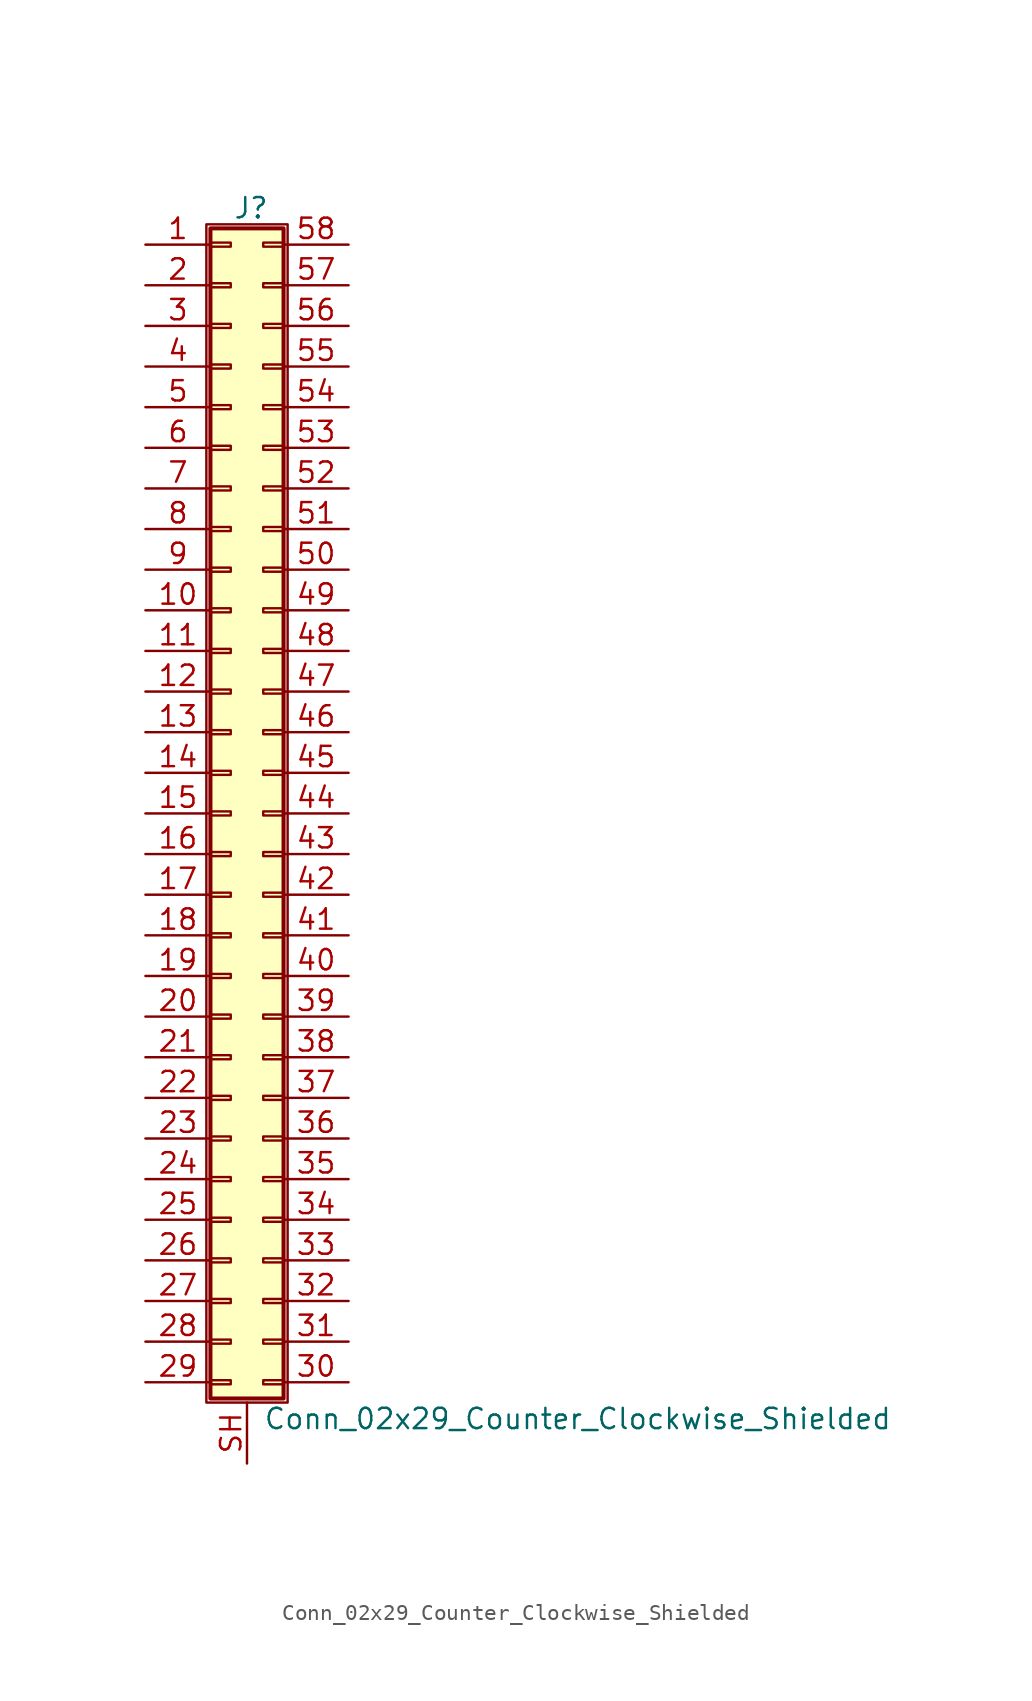
<source format=kicad_sym>
(kicad_symbol_lib
  (version 20201005)
  (generator kicad_symbol_editor)
  (symbol "Conn_02x29_Counter_Clockwise_Shielded"
    (pin_names
      (offset 1.016) hide)
    (property "Reference" "J"
      (at 1.524 37.846 0)
      (effects (font (size 1.27 1.27))))
    (property "Value" "Conn_02x29_Counter_Clockwise_Shielded"
      (at 2.286 -37.846 0)
      (effects (font (size 1.27 1.27)) (justify left)))
    (symbol "Conn_02x29_Counter_Clockwise_Shielded_1_1"
      (rectangle (start -1.27 36.83) (end 3.81 -36.83) (stroke (width 0.152)) (fill (type none)))
      (rectangle (start -1.016 -35.433) (end 0.254 -35.687) (stroke (width 0.152)) (fill (type none)))
      (rectangle (start -1.016 -32.893) (end 0.254 -33.147) (stroke (width 0.152)) (fill (type none)))
      (rectangle (start -1.016 -30.353) (end 0.254 -30.607) (stroke (width 0.152)) (fill (type none)))
      (rectangle (start -1.016 -27.813) (end 0.254 -28.067) (stroke (width 0.152)) (fill (type none)))
      (rectangle (start -1.016 -25.273) (end 0.254 -25.527) (stroke (width 0.152)) (fill (type none)))
      (rectangle (start -1.016 -22.733) (end 0.254 -22.987) (stroke (width 0.152)) (fill (type none)))
      (rectangle (start -1.016 -20.193) (end 0.254 -20.447) (stroke (width 0.152)) (fill (type none)))
      (rectangle (start -1.016 -17.653) (end 0.254 -17.907) (stroke (width 0.152)) (fill (type none)))
      (rectangle (start -1.016 -15.113) (end 0.254 -15.367) (stroke (width 0.152)) (fill (type none)))
      (rectangle (start -1.016 -12.573) (end 0.254 -12.827) (stroke (width 0.152)) (fill (type none)))
      (rectangle (start -1.016 -10.033) (end 0.254 -10.287) (stroke (width 0.152)) (fill (type none)))
      (rectangle (start -1.016 -7.493) (end 0.254 -7.747) (stroke (width 0.152)) (fill (type none)))
      (rectangle (start -1.016 -4.953) (end 0.254 -5.207) (stroke (width 0.152)) (fill (type none)))
      (rectangle (start -1.016 -2.413) (end 0.254 -2.667) (stroke (width 0.152)) (fill (type none)))
      (rectangle (start -1.016 0.127) (end 0.254 -0.127) (stroke (width 0.152)) (fill (type none)))
      (rectangle (start -1.016 2.667) (end 0.254 2.413) (stroke (width 0.152)) (fill (type none)))
      (rectangle (start -1.016 5.207) (end 0.254 4.953) (stroke (width 0.152)) (fill (type none)))
      (rectangle (start -1.016 7.747) (end 0.254 7.493) (stroke (width 0.152)) (fill (type none)))
      (rectangle (start -1.016 10.287) (end 0.254 10.033) (stroke (width 0.152)) (fill (type none)))
      (rectangle (start -1.016 12.827) (end 0.254 12.573) (stroke (width 0.152)) (fill (type none)))
      (rectangle (start -1.016 15.367) (end 0.254 15.113) (stroke (width 0.152)) (fill (type none)))
      (rectangle (start -1.016 17.907) (end 0.254 17.653) (stroke (width 0.152)) (fill (type none)))
      (rectangle (start -1.016 20.447) (end 0.254 20.193) (stroke (width 0.152)) (fill (type none)))
      (rectangle (start -1.016 22.987) (end 0.254 22.733) (stroke (width 0.152)) (fill (type none)))
      (rectangle (start -1.016 25.527) (end 0.254 25.273) (stroke (width 0.152)) (fill (type none)))
      (rectangle (start -1.016 28.067) (end 0.254 27.813) (stroke (width 0.152)) (fill (type none)))
      (rectangle (start -1.016 30.607) (end 0.254 30.353) (stroke (width 0.152)) (fill (type none)))
      (rectangle (start -1.016 33.147) (end 0.254 32.893) (stroke (width 0.152)) (fill (type none)))
      (rectangle (start -1.016 35.687) (end 0.254 35.433) (stroke (width 0.152)) (fill (type none)))
      (rectangle (start 3.556 -35.433) (end 2.286 -35.687) (stroke (width 0.152)) (fill (type none)))
      (rectangle (start 3.556 -32.893) (end 2.286 -33.147) (stroke (width 0.152)) (fill (type none)))
      (rectangle (start 3.556 -30.353) (end 2.286 -30.607) (stroke (width 0.152)) (fill (type none)))
      (rectangle (start 3.556 -27.813) (end 2.286 -28.067) (stroke (width 0.152)) (fill (type none)))
      (rectangle (start 3.556 -25.273) (end 2.286 -25.527) (stroke (width 0.152)) (fill (type none)))
      (rectangle (start 3.556 -22.733) (end 2.286 -22.987) (stroke (width 0.152)) (fill (type none)))
      (rectangle (start 3.556 -20.193) (end 2.286 -20.447) (stroke (width 0.152)) (fill (type none)))
      (rectangle (start 3.556 -17.653) (end 2.286 -17.907) (stroke (width 0.152)) (fill (type none)))
      (rectangle (start 3.556 -15.113) (end 2.286 -15.367) (stroke (width 0.152)) (fill (type none)))
      (rectangle (start 3.556 -12.573) (end 2.286 -12.827) (stroke (width 0.152)) (fill (type none)))
      (rectangle (start 3.556 -10.033) (end 2.286 -10.287) (stroke (width 0.152)) (fill (type none)))
      (rectangle (start 3.556 -7.493) (end 2.286 -7.747) (stroke (width 0.152)) (fill (type none)))
      (rectangle (start 3.556 -4.953) (end 2.286 -5.207) (stroke (width 0.152)) (fill (type none)))
      (rectangle (start 3.556 -2.413) (end 2.286 -2.667) (stroke (width 0.152)) (fill (type none)))
      (rectangle (start 3.556 0.127) (end 2.286 -0.127) (stroke (width 0.152)) (fill (type none)))
      (rectangle (start 3.556 2.667) (end 2.286 2.413) (stroke (width 0.152)) (fill (type none)))
      (rectangle (start 3.556 5.207) (end 2.286 4.953) (stroke (width 0.152)) (fill (type none)))
      (rectangle (start 3.556 7.747) (end 2.286 7.493) (stroke (width 0.152)) (fill (type none)))
      (rectangle (start 3.556 10.287) (end 2.286 10.033) (stroke (width 0.152)) (fill (type none)))
      (rectangle (start 3.556 12.827) (end 2.286 12.573) (stroke (width 0.152)) (fill (type none)))
      (rectangle (start 3.556 15.367) (end 2.286 15.113) (stroke (width 0.152)) (fill (type none)))
      (rectangle (start 3.556 17.907) (end 2.286 17.653) (stroke (width 0.152)) (fill (type none)))
      (rectangle (start 3.556 20.447) (end 2.286 20.193) (stroke (width 0.152)) (fill (type none)))
      (rectangle (start 3.556 22.987) (end 2.286 22.733) (stroke (width 0.152)) (fill (type none)))
      (rectangle (start 3.556 25.527) (end 2.286 25.273) (stroke (width 0.152)) (fill (type none)))
      (rectangle (start 3.556 28.067) (end 2.286 27.813) (stroke (width 0.152)) (fill (type none)))
      (rectangle (start 3.556 30.607) (end 2.286 30.353) (stroke (width 0.152)) (fill (type none)))
      (rectangle (start 3.556 33.147) (end 2.286 32.893) (stroke (width 0.152)) (fill (type none)))
      (rectangle (start 3.556 35.687) (end 2.286 35.433) (stroke (width 0.152)) (fill (type none)))
      (rectangle (start -1.016 36.576) (end 3.556 -36.576) (stroke (width 0.254)) (fill (type background)))
      (pin passive line (at -5.08 35.56 0) (length 4.064) (name "Pin_1" (effects (font (size 1.27 1.27)))) (number "1" (effects (font (size 1.27 1.27)))))
      (pin passive line (at -5.08 12.7 0) (length 4.064) (name "Pin_10" (effects (font (size 1.27 1.27)))) (number "10" (effects (font (size 1.27 1.27)))))
      (pin passive line (at -5.08 10.16 0) (length 4.064) (name "Pin_11" (effects (font (size 1.27 1.27)))) (number "11" (effects (font (size 1.27 1.27)))))
      (pin passive line (at -5.08 7.62 0) (length 4.064) (name "Pin_12" (effects (font (size 1.27 1.27)))) (number "12" (effects (font (size 1.27 1.27)))))
      (pin passive line (at -5.08 5.08 0) (length 4.064) (name "Pin_13" (effects (font (size 1.27 1.27)))) (number "13" (effects (font (size 1.27 1.27)))))
      (pin passive line (at -5.08 2.54 0) (length 4.064) (name "Pin_14" (effects (font (size 1.27 1.27)))) (number "14" (effects (font (size 1.27 1.27)))))
      (pin passive line (at -5.08 0 0) (length 4.064) (name "Pin_15" (effects (font (size 1.27 1.27)))) (number "15" (effects (font (size 1.27 1.27)))))
      (pin passive line (at -5.08 -2.54 0) (length 4.064) (name "Pin_16" (effects (font (size 1.27 1.27)))) (number "16" (effects (font (size 1.27 1.27)))))
      (pin passive line (at -5.08 -5.08 0) (length 4.064) (name "Pin_17" (effects (font (size 1.27 1.27)))) (number "17" (effects (font (size 1.27 1.27)))))
      (pin passive line (at -5.08 -7.62 0) (length 4.064) (name "Pin_18" (effects (font (size 1.27 1.27)))) (number "18" (effects (font (size 1.27 1.27)))))
      (pin passive line (at -5.08 -10.16 0) (length 4.064) (name "Pin_19" (effects (font (size 1.27 1.27)))) (number "19" (effects (font (size 1.27 1.27)))))
      (pin passive line (at -5.08 33.02 0) (length 4.064) (name "Pin_2" (effects (font (size 1.27 1.27)))) (number "2" (effects (font (size 1.27 1.27)))))
      (pin passive line (at -5.08 -12.7 0) (length 4.064) (name "Pin_20" (effects (font (size 1.27 1.27)))) (number "20" (effects (font (size 1.27 1.27)))))
      (pin passive line (at -5.08 -15.24 0) (length 4.064) (name "Pin_21" (effects (font (size 1.27 1.27)))) (number "21" (effects (font (size 1.27 1.27)))))
      (pin passive line (at -5.08 -17.78 0) (length 4.064) (name "Pin_22" (effects (font (size 1.27 1.27)))) (number "22" (effects (font (size 1.27 1.27)))))
      (pin passive line (at -5.08 -20.32 0) (length 4.064) (name "Pin_23" (effects (font (size 1.27 1.27)))) (number "23" (effects (font (size 1.27 1.27)))))
      (pin passive line (at -5.08 -22.86 0) (length 4.064) (name "Pin_24" (effects (font (size 1.27 1.27)))) (number "24" (effects (font (size 1.27 1.27)))))
      (pin passive line (at -5.08 -25.4 0) (length 4.064) (name "Pin_25" (effects (font (size 1.27 1.27)))) (number "25" (effects (font (size 1.27 1.27)))))
      (pin passive line (at -5.08 -27.94 0) (length 4.064) (name "Pin_26" (effects (font (size 1.27 1.27)))) (number "26" (effects (font (size 1.27 1.27)))))
      (pin passive line (at -5.08 -30.48 0) (length 4.064) (name "Pin_27" (effects (font (size 1.27 1.27)))) (number "27" (effects (font (size 1.27 1.27)))))
      (pin passive line (at -5.08 -33.02 0) (length 4.064) (name "Pin_28" (effects (font (size 1.27 1.27)))) (number "28" (effects (font (size 1.27 1.27)))))
      (pin passive line (at -5.08 -35.56 0) (length 4.064) (name "Pin_29" (effects (font (size 1.27 1.27)))) (number "29" (effects (font (size 1.27 1.27)))))
      (pin passive line (at -5.08 30.48 0) (length 4.064) (name "Pin_3" (effects (font (size 1.27 1.27)))) (number "3" (effects (font (size 1.27 1.27)))))
      (pin passive line (at 7.62 -35.56 180) (length 4.064) (name "Pin_30" (effects (font (size 1.27 1.27)))) (number "30" (effects (font (size 1.27 1.27)))))
      (pin passive line (at 7.62 -33.02 180) (length 4.064) (name "Pin_31" (effects (font (size 1.27 1.27)))) (number "31" (effects (font (size 1.27 1.27)))))
      (pin passive line (at 7.62 -30.48 180) (length 4.064) (name "Pin_32" (effects (font (size 1.27 1.27)))) (number "32" (effects (font (size 1.27 1.27)))))
      (pin passive line (at 7.62 -27.94 180) (length 4.064) (name "Pin_33" (effects (font (size 1.27 1.27)))) (number "33" (effects (font (size 1.27 1.27)))))
      (pin passive line (at 7.62 -25.4 180) (length 4.064) (name "Pin_34" (effects (font (size 1.27 1.27)))) (number "34" (effects (font (size 1.27 1.27)))))
      (pin passive line (at 7.62 -22.86 180) (length 4.064) (name "Pin_35" (effects (font (size 1.27 1.27)))) (number "35" (effects (font (size 1.27 1.27)))))
      (pin passive line (at 7.62 -20.32 180) (length 4.064) (name "Pin_36" (effects (font (size 1.27 1.27)))) (number "36" (effects (font (size 1.27 1.27)))))
      (pin passive line (at 7.62 -17.78 180) (length 4.064) (name "Pin_37" (effects (font (size 1.27 1.27)))) (number "37" (effects (font (size 1.27 1.27)))))
      (pin passive line (at 7.62 -15.24 180) (length 4.064) (name "Pin_38" (effects (font (size 1.27 1.27)))) (number "38" (effects (font (size 1.27 1.27)))))
      (pin passive line (at 7.62 -12.7 180) (length 4.064) (name "Pin_39" (effects (font (size 1.27 1.27)))) (number "39" (effects (font (size 1.27 1.27)))))
      (pin passive line (at -5.08 27.94 0) (length 4.064) (name "Pin_4" (effects (font (size 1.27 1.27)))) (number "4" (effects (font (size 1.27 1.27)))))
      (pin passive line (at 7.62 -10.16 180) (length 4.064) (name "Pin_40" (effects (font (size 1.27 1.27)))) (number "40" (effects (font (size 1.27 1.27)))))
      (pin passive line (at 7.62 -7.62 180) (length 4.064) (name "Pin_41" (effects (font (size 1.27 1.27)))) (number "41" (effects (font (size 1.27 1.27)))))
      (pin passive line (at 7.62 -5.08 180) (length 4.064) (name "Pin_42" (effects (font (size 1.27 1.27)))) (number "42" (effects (font (size 1.27 1.27)))))
      (pin passive line (at 7.62 -2.54 180) (length 4.064) (name "Pin_43" (effects (font (size 1.27 1.27)))) (number "43" (effects (font (size 1.27 1.27)))))
      (pin passive line (at 7.62 0 180) (length 4.064) (name "Pin_44" (effects (font (size 1.27 1.27)))) (number "44" (effects (font (size 1.27 1.27)))))
      (pin passive line (at 7.62 2.54 180) (length 4.064) (name "Pin_45" (effects (font (size 1.27 1.27)))) (number "45" (effects (font (size 1.27 1.27)))))
      (pin passive line (at 7.62 5.08 180) (length 4.064) (name "Pin_46" (effects (font (size 1.27 1.27)))) (number "46" (effects (font (size 1.27 1.27)))))
      (pin passive line (at 7.62 7.62 180) (length 4.064) (name "Pin_47" (effects (font (size 1.27 1.27)))) (number "47" (effects (font (size 1.27 1.27)))))
      (pin passive line (at 7.62 10.16 180) (length 4.064) (name "Pin_48" (effects (font (size 1.27 1.27)))) (number "48" (effects (font (size 1.27 1.27)))))
      (pin passive line (at 7.62 12.7 180) (length 4.064) (name "Pin_49" (effects (font (size 1.27 1.27)))) (number "49" (effects (font (size 1.27 1.27)))))
      (pin passive line (at -5.08 25.4 0) (length 4.064) (name "Pin_5" (effects (font (size 1.27 1.27)))) (number "5" (effects (font (size 1.27 1.27)))))
      (pin passive line (at 7.62 15.24 180) (length 4.064) (name "Pin_50" (effects (font (size 1.27 1.27)))) (number "50" (effects (font (size 1.27 1.27)))))
      (pin passive line (at 7.62 17.78 180) (length 4.064) (name "Pin_51" (effects (font (size 1.27 1.27)))) (number "51" (effects (font (size 1.27 1.27)))))
      (pin passive line (at 7.62 20.32 180) (length 4.064) (name "Pin_52" (effects (font (size 1.27 1.27)))) (number "52" (effects (font (size 1.27 1.27)))))
      (pin passive line (at 7.62 22.86 180) (length 4.064) (name "Pin_53" (effects (font (size 1.27 1.27)))) (number "53" (effects (font (size 1.27 1.27)))))
      (pin passive line (at 7.62 25.4 180) (length 4.064) (name "Pin_54" (effects (font (size 1.27 1.27)))) (number "54" (effects (font (size 1.27 1.27)))))
      (pin passive line (at 7.62 27.94 180) (length 4.064) (name "Pin_55" (effects (font (size 1.27 1.27)))) (number "55" (effects (font (size 1.27 1.27)))))
      (pin passive line (at 7.62 30.48 180) (length 4.064) (name "Pin_56" (effects (font (size 1.27 1.27)))) (number "56" (effects (font (size 1.27 1.27)))))
      (pin passive line (at 7.62 33.02 180) (length 4.064) (name "Pin_57" (effects (font (size 1.27 1.27)))) (number "57" (effects (font (size 1.27 1.27)))))
      (pin passive line (at 7.62 35.56 180) (length 4.064) (name "Pin_58" (effects (font (size 1.27 1.27)))) (number "58" (effects (font (size 1.27 1.27)))))
      (pin passive line (at -5.08 22.86 0) (length 4.064) (name "Pin_6" (effects (font (size 1.27 1.27)))) (number "6" (effects (font (size 1.27 1.27)))))
      (pin passive line (at -5.08 20.32 0) (length 4.064) (name "Pin_7" (effects (font (size 1.27 1.27)))) (number "7" (effects (font (size 1.27 1.27)))))
      (pin passive line (at -5.08 17.78 0) (length 4.064) (name "Pin_8" (effects (font (size 1.27 1.27)))) (number "8" (effects (font (size 1.27 1.27)))))
      (pin passive line (at -5.08 15.24 0) (length 4.064) (name "Pin_9" (effects (font (size 1.27 1.27)))) (number "9" (effects (font (size 1.27 1.27)))))
      (pin passive line (at 1.27 -40.64 90) (length 3.81) (name "Shield" (effects (font (size 1.27 1.27)))) (number "SH" (effects (font (size 1.27 1.27))))))))
</source>
